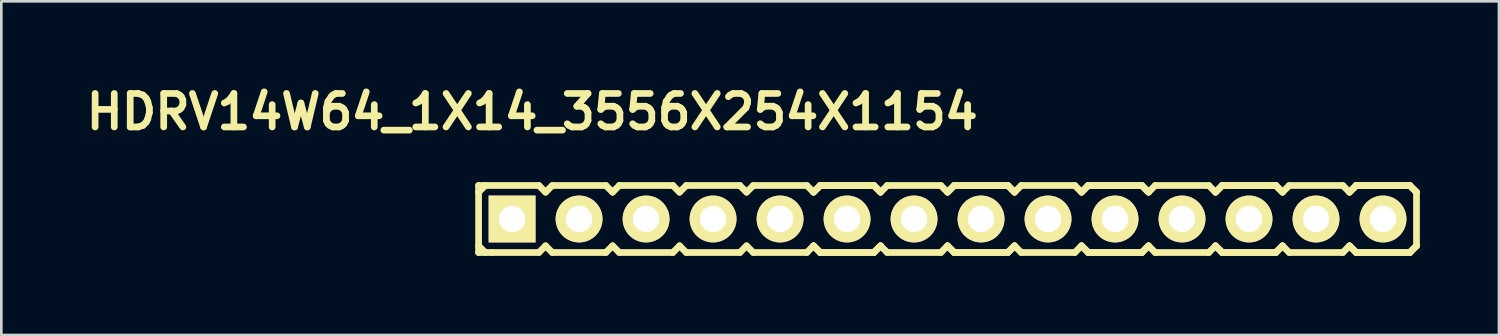
<source format=kicad_pcb>
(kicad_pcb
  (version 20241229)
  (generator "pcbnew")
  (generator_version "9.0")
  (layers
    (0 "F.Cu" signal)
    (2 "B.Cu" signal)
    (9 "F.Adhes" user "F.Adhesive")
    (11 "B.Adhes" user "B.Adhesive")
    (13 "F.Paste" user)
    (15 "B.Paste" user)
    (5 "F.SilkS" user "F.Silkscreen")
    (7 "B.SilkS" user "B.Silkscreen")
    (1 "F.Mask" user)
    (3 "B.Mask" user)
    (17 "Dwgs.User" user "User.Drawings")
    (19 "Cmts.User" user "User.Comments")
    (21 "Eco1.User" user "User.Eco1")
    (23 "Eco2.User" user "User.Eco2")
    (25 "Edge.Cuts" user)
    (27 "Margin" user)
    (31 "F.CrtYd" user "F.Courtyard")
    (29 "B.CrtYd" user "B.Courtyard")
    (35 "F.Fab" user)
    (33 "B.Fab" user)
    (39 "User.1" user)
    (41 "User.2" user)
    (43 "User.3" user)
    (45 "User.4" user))
  (footprint "HDRV14W64_1X14_3556X254X1154"
    (layer "F.Cu")
    (at 32.875 5.253)
    (property "Reference" "HDRV14W64_1X14_3556X254X1154" (at -15.748 -4.064 0) (layer "F.SilkS") (effects (font (size 1.27 1.27) (thickness 0.254))))
    (attr smd)
    (fp_line (start -17.78 -1.27) (end -17.78 1.27) (stroke (width 0.254) (type solid)) (layer "F.SilkS"))
    (fp_line (start -17.78 -1.27) (end -17.526 -1.27) (stroke (width 0.254) (type solid)) (layer "F.SilkS"))
    (fp_line (start -17.78 -1.016) (end -17.526 -1.27) (stroke (width 0.254) (type solid)) (layer "F.SilkS"))
    (fp_line (start -17.526 -1.27) (end -15.494 -1.27) (stroke (width 0.254) (type solid)) (layer "F.SilkS"))
    (fp_line (start -17.526 1.27) (end -17.78 1.016) (stroke (width 0.254) (type solid)) (layer "F.SilkS"))
    (fp_line (start -17.272 1.27) (end -17.78 1.27) (stroke (width 0.254) (type solid)) (layer "F.SilkS"))
    (fp_line (start -15.494 -1.27) (end -15.24 -1.016) (stroke (width 0.254) (type solid)) (layer "F.SilkS"))
    (fp_line (start -15.494 1.27) (end -17.272 1.27) (stroke (width 0.254) (type solid)) (layer "F.SilkS"))
    (fp_line (start -15.24 -1.016) (end -14.986 -1.27) (stroke (width 0.254) (type solid)) (layer "F.SilkS"))
    (fp_line (start -15.24 1.016) (end -15.494 1.27) (stroke (width 0.254) (type solid)) (layer "F.SilkS"))
    (fp_line (start -14.986 -1.27) (end -12.954 -1.27) (stroke (width 0.254) (type solid)) (layer "F.SilkS"))
    (fp_line (start -14.986 1.27) (end -15.24 1.016) (stroke (width 0.254) (type solid)) (layer "F.SilkS"))
    (fp_line (start -12.954 -1.27) (end -12.7 -1.016) (stroke (width 0.254) (type solid)) (layer "F.SilkS"))
    (fp_line (start -12.954 1.27) (end -14.986 1.27) (stroke (width 0.254) (type solid)) (layer "F.SilkS"))
    (fp_line (start -12.954 1.27) (end -12.7 1.016) (stroke (width 0.254) (type solid)) (layer "F.SilkS"))
    (fp_line (start -12.7 -1.016) (end -12.446 -1.27) (stroke (width 0.254) (type solid)) (layer "F.SilkS"))
    (fp_line (start -12.7 1.016) (end -12.446 1.27) (stroke (width 0.254) (type solid)) (layer "F.SilkS"))
    (fp_line (start -12.446 -1.27) (end -10.414 -1.27) (stroke (width 0.254) (type solid)) (layer "F.SilkS"))
    (fp_line (start -10.414 -1.27) (end -10.16 -1.016) (stroke (width 0.254) (type solid)) (layer "F.SilkS"))
    (fp_line (start -10.414 1.27) (end -12.446 1.27) (stroke (width 0.254) (type solid)) (layer "F.SilkS"))
    (fp_line (start -10.16 -1.016) (end -9.906 -1.27) (stroke (width 0.254) (type solid)) (layer "F.SilkS"))
    (fp_line (start -10.16 1.016) (end -10.414 1.27) (stroke (width 0.254) (type solid)) (layer "F.SilkS"))
    (fp_line (start -9.906 -1.27) (end -7.874 -1.27) (stroke (width 0.254) (type solid)) (layer "F.SilkS"))
    (fp_line (start -9.906 1.27) (end -10.16 1.016) (stroke (width 0.254) (type solid)) (layer "F.SilkS"))
    (fp_line (start -7.874 -1.27) (end -7.62 -1.016) (stroke (width 0.254) (type solid)) (layer "F.SilkS"))
    (fp_line (start -7.874 1.27) (end -9.906 1.27) (stroke (width 0.254) (type solid)) (layer "F.SilkS"))
    (fp_line (start -7.62 -1.016) (end -7.366 -1.27) (stroke (width 0.254) (type solid)) (layer "F.SilkS"))
    (fp_line (start -7.62 1.016) (end -7.874 1.27) (stroke (width 0.254) (type solid)) (layer "F.SilkS"))
    (fp_line (start -7.366 -1.27) (end -5.334 -1.27) (stroke (width 0.254) (type solid)) (layer "F.SilkS"))
    (fp_line (start -7.366 1.27) (end -7.62 1.016) (stroke (width 0.254) (type solid)) (layer "F.SilkS"))
    (fp_line (start -5.334 -1.27) (end -5.08 -1.016) (stroke (width 0.254) (type solid)) (layer "F.SilkS"))
    (fp_line (start -5.334 1.27) (end -7.366 1.27) (stroke (width 0.254) (type solid)) (layer "F.SilkS"))
    (fp_line (start -5.08 -1.016) (end -4.826 -1.27) (stroke (width 0.254) (type solid)) (layer "F.SilkS"))
    (fp_line (start -5.08 -1.016) (end -4.826 -1.27) (stroke (width 0.254) (type solid)) (layer "F.SilkS"))
    (fp_line (start -5.08 1.016) (end -5.334 1.27) (stroke (width 0.254) (type solid)) (layer "F.SilkS"))
    (fp_line (start -4.826 -1.27) (end -2.794 -1.27) (stroke (width 0.254) (type solid)) (layer "F.SilkS"))
    (fp_line (start -4.826 -1.27) (end -2.794 -1.27) (stroke (width 0.254) (type solid)) (layer "F.SilkS"))
    (fp_line (start -4.826 1.27) (end -5.08 1.016) (stroke (width 0.254) (type solid)) (layer "F.SilkS"))
    (fp_line (start -4.826 1.27) (end -5.08 1.016) (stroke (width 0.254) (type solid)) (layer "F.SilkS"))
    (fp_line (start -2.794 -1.27) (end -2.54 -1.016) (stroke (width 0.254) (type solid)) (layer "F.SilkS"))
    (fp_line (start -2.794 -1.27) (end -2.54 -1.016) (stroke (width 0.254) (type solid)) (layer "F.SilkS"))
    (fp_line (start -2.794 1.27) (end -4.826 1.27) (stroke (width 0.254) (type solid)) (layer "F.SilkS"))
    (fp_line (start -2.794 1.27) (end -4.826 1.27) (stroke (width 0.254) (type solid)) (layer "F.SilkS"))
    (fp_line (start -2.54 -1.016) (end -2.286 -1.27) (stroke (width 0.254) (type solid)) (layer "F.SilkS"))
    (fp_line (start -2.54 1.016) (end -2.794 1.27) (stroke (width 0.254) (type solid)) (layer "F.SilkS"))
    (fp_line (start -2.54 1.016) (end -2.794 1.27) (stroke (width 0.254) (type solid)) (layer "F.SilkS"))
    (fp_line (start -2.286 -1.27) (end -0.254 -1.27) (stroke (width 0.254) (type solid)) (layer "F.SilkS"))
    (fp_line (start -2.286 1.27) (end -2.54 1.016) (stroke (width 0.254) (type solid)) (layer "F.SilkS"))
    (fp_line (start -0.254 -1.27) (end 0 -1.016) (stroke (width 0.254) (type solid)) (layer "F.SilkS"))
    (fp_line (start -0.254 1.27) (end -2.286 1.27) (stroke (width 0.254) (type solid)) (layer "F.SilkS"))
    (fp_line (start 0 -1.016) (end 0.254 -1.27) (stroke (width 0.254) (type solid)) (layer "F.SilkS"))
    (fp_line (start 0 -1.016) (end 0.254 -1.27) (stroke (width 0.254) (type solid)) (layer "F.SilkS"))
    (fp_line (start 0 1.016) (end -0.254 1.27) (stroke (width 0.254) (type solid)) (layer "F.SilkS"))
    (fp_line (start 0.254 -1.27) (end 2.286 -1.27) (stroke (width 0.254) (type solid)) (layer "F.SilkS"))
    (fp_line (start 0.254 -1.27) (end 2.286 -1.27) (stroke (width 0.254) (type solid)) (layer "F.SilkS"))
    (fp_line (start 0.254 1.27) (end 0 1.016) (stroke (width 0.254) (type solid)) (layer "F.SilkS"))
    (fp_line (start 0.254 1.27) (end 0 1.016) (stroke (width 0.254) (type solid)) (layer "F.SilkS"))
    (fp_line (start 2.286 -1.27) (end 2.54 -1.016) (stroke (width 0.254) (type solid)) (layer "F.SilkS"))
    (fp_line (start 2.286 -1.27) (end 2.54 -1.016) (stroke (width 0.254) (type solid)) (layer "F.SilkS"))
    (fp_line (start 2.286 1.27) (end 0.254 1.27) (stroke (width 0.254) (type solid)) (layer "F.SilkS"))
    (fp_line (start 2.286 1.27) (end 0.254 1.27) (stroke (width 0.254) (type solid)) (layer "F.SilkS"))
    (fp_line (start 2.54 -1.016) (end 2.794 -1.27) (stroke (width 0.254) (type solid)) (layer "F.SilkS"))
    (fp_line (start 2.54 1.016) (end 2.286 1.27) (stroke (width 0.254) (type solid)) (layer "F.SilkS"))
    (fp_line (start 2.54 1.016) (end 2.286 1.27) (stroke (width 0.254) (type solid)) (layer "F.SilkS"))
    (fp_line (start 2.794 -1.27) (end 4.826 -1.27) (stroke (width 0.254) (type solid)) (layer "F.SilkS"))
    (fp_line (start 2.794 1.27) (end 2.54 1.016) (stroke (width 0.254) (type solid)) (layer "F.SilkS"))
    (fp_line (start 4.826 -1.27) (end 5.08 -1.016) (stroke (width 0.254) (type solid)) (layer "F.SilkS"))
    (fp_line (start 4.826 1.27) (end 2.794 1.27) (stroke (width 0.254) (type solid)) (layer "F.SilkS"))
    (fp_line (start 5.08 -1.016) (end 5.334 -1.27) (stroke (width 0.254) (type solid)) (layer "F.SilkS"))
    (fp_line (start 5.08 -1.016) (end 5.334 -1.27) (stroke (width 0.254) (type solid)) (layer "F.SilkS"))
    (fp_line (start 5.08 1.016) (end 4.826 1.27) (stroke (width 0.254) (type solid)) (layer "F.SilkS"))
    (fp_line (start 5.334 -1.27) (end 7.366 -1.27) (stroke (width 0.254) (type solid)) (layer "F.SilkS"))
    (fp_line (start 5.334 -1.27) (end 7.366 -1.27) (stroke (width 0.254) (type solid)) (layer "F.SilkS"))
    (fp_line (start 5.334 1.27) (end 5.08 1.016) (stroke (width 0.254) (type solid)) (layer "F.SilkS"))
    (fp_line (start 5.334 1.27) (end 5.08 1.016) (stroke (width 0.254) (type solid)) (layer "F.SilkS"))
    (fp_line (start 7.366 -1.27) (end 7.62 -1.016) (stroke (width 0.254) (type solid)) (layer "F.SilkS"))
    (fp_line (start 7.366 -1.27) (end 7.62 -1.016) (stroke (width 0.254) (type solid)) (layer "F.SilkS"))
    (fp_line (start 7.366 1.27) (end 5.334 1.27) (stroke (width 0.254) (type solid)) (layer "F.SilkS"))
    (fp_line (start 7.366 1.27) (end 5.334 1.27) (stroke (width 0.254) (type solid)) (layer "F.SilkS"))
    (fp_line (start 7.62 -1.016) (end 7.874 -1.27) (stroke (width 0.254) (type solid)) (layer "F.SilkS"))
    (fp_line (start 7.62 1.016) (end 7.366 1.27) (stroke (width 0.254) (type solid)) (layer "F.SilkS"))
    (fp_line (start 7.62 1.016) (end 7.366 1.27) (stroke (width 0.254) (type solid)) (layer "F.SilkS"))
    (fp_line (start 7.874 -1.27) (end 9.906 -1.27) (stroke (width 0.254) (type solid)) (layer "F.SilkS"))
    (fp_line (start 7.874 1.27) (end 7.62 1.016) (stroke (width 0.254) (type solid)) (layer "F.SilkS"))
    (fp_line (start 9.906 -1.27) (end 10.16 -1.016) (stroke (width 0.254) (type solid)) (layer "F.SilkS"))
    (fp_line (start 9.906 1.27) (end 7.874 1.27) (stroke (width 0.254) (type solid)) (layer "F.SilkS"))
    (fp_line (start 10.16 -1.016) (end 10.414 -1.27) (stroke (width 0.254) (type solid)) (layer "F.SilkS"))
    (fp_line (start 10.16 -1.016) (end 10.414 -1.27) (stroke (width 0.254) (type solid)) (layer "F.SilkS"))
    (fp_line (start 10.16 1.016) (end 9.906 1.27) (stroke (width 0.254) (type solid)) (layer "F.SilkS"))
    (fp_line (start 10.414 -1.27) (end 12.446 -1.27) (stroke (width 0.254) (type solid)) (layer "F.SilkS"))
    (fp_line (start 10.414 -1.27) (end 12.446 -1.27) (stroke (width 0.254) (type solid)) (layer "F.SilkS"))
    (fp_line (start 10.414 1.27) (end 10.16 1.016) (stroke (width 0.254) (type solid)) (layer "F.SilkS"))
    (fp_line (start 10.414 1.27) (end 10.16 1.016) (stroke (width 0.254) (type solid)) (layer "F.SilkS"))
    (fp_line (start 12.446 -1.27) (end 12.7 -1.016) (stroke (width 0.254) (type solid)) (layer "F.SilkS"))
    (fp_line (start 12.446 -1.27) (end 12.7 -1.016) (stroke (width 0.254) (type solid)) (layer "F.SilkS"))
    (fp_line (start 12.446 1.27) (end 10.414 1.27) (stroke (width 0.254) (type solid)) (layer "F.SilkS"))
    (fp_line (start 12.446 1.27) (end 10.414 1.27) (stroke (width 0.254) (type solid)) (layer "F.SilkS"))
    (fp_line (start 12.7 -1.016) (end 12.954 -1.27) (stroke (width 0.254) (type solid)) (layer "F.SilkS"))
    (fp_line (start 12.7 1.016) (end 12.446 1.27) (stroke (width 0.254) (type solid)) (layer "F.SilkS"))
    (fp_line (start 12.7 1.016) (end 12.446 1.27) (stroke (width 0.254) (type solid)) (layer "F.SilkS"))
    (fp_line (start 12.954 -1.27) (end 14.986 -1.27) (stroke (width 0.254) (type solid)) (layer "F.SilkS"))
    (fp_line (start 12.954 1.27) (end 12.7 1.016) (stroke (width 0.254) (type solid)) (layer "F.SilkS"))
    (fp_line (start 14.986 -1.27) (end 15.24 -1.016) (stroke (width 0.254) (type solid)) (layer "F.SilkS"))
    (fp_line (start 14.986 1.27) (end 12.954 1.27) (stroke (width 0.254) (type solid)) (layer "F.SilkS"))
    (fp_line (start 15.24 -1.016) (end 15.494 -1.27) (stroke (width 0.254) (type solid)) (layer "F.SilkS"))
    (fp_line (start 15.24 -1.016) (end 15.494 -1.27) (stroke (width 0.254) (type solid)) (layer "F.SilkS"))
    (fp_line (start 15.24 1.016) (end 14.986 1.27) (stroke (width 0.254) (type solid)) (layer "F.SilkS"))
    (fp_line (start 15.494 -1.27) (end 17.526 -1.27) (stroke (width 0.254) (type solid)) (layer "F.SilkS"))
    (fp_line (start 15.494 -1.27) (end 17.526 -1.27) (stroke (width 0.254) (type solid)) (layer "F.SilkS"))
    (fp_line (start 15.494 1.27) (end 15.24 1.016) (stroke (width 0.254) (type solid)) (layer "F.SilkS"))
    (fp_line (start 15.494 1.27) (end 15.24 1.016) (stroke (width 0.254) (type solid)) (layer "F.SilkS"))
    (fp_line (start 17.526 -1.27) (end 17.78 -1.016) (stroke (width 0.254) (type solid)) (layer "F.SilkS"))
    (fp_line (start 17.526 -1.27) (end 17.78 -1.016) (stroke (width 0.254) (type solid)) (layer "F.SilkS"))
    (fp_line (start 17.526 1.27) (end 15.494 1.27) (stroke (width 0.254) (type solid)) (layer "F.SilkS"))
    (fp_line (start 17.526 1.27) (end 15.494 1.27) (stroke (width 0.254) (type solid)) (layer "F.SilkS"))
    (fp_line (start 17.78 -1.016) (end 17.78 1.016) (stroke (width 0.254) (type solid)) (layer "F.SilkS"))
    (fp_line (start 17.78 1.016) (end 17.526 1.27) (stroke (width 0.254) (type solid)) (layer "F.SilkS"))
    (fp_line (start 17.78 1.016) (end 17.526 1.27) (stroke (width 0.254) (type solid)) (layer "F.SilkS"))
    (pad "1" thru_hole rect (at -16.51 0) (size 1.778 1.778) (drill 1) (layers "*.Cu" "*.Mask" "F.SilkS" "B.Adhes"))
    (pad "2" thru_hole circle (at -13.97 0) (size 1.778 1.778) (drill 1) (layers "*.Cu" "*.Mask" "F.SilkS" "B.Adhes"))
    (pad "3" thru_hole circle (at -11.43 0) (size 1.778 1.778) (drill 1) (layers "*.Cu" "*.Mask" "F.SilkS" "B.Adhes"))
    (pad "4" thru_hole circle (at -8.89 0) (size 1.778 1.778) (drill 1) (layers "*.Cu" "*.Mask" "F.SilkS" "B.Adhes"))
    (pad "5" thru_hole circle (at -6.35 0) (size 1.778 1.778) (drill 1) (layers "*.Cu" "*.Mask" "F.SilkS" "B.Adhes"))
    (pad "6" thru_hole circle (at -3.81 0) (size 1.778 1.778) (drill 1) (layers "*.Cu" "*.Mask" "F.SilkS" "B.Adhes"))
    (pad "7" thru_hole circle (at -1.27 0) (size 1.778 1.778) (drill 1) (layers "*.Cu" "*.Mask" "F.SilkS" "B.Adhes"))
    (pad "8" thru_hole circle (at 1.27 0) (size 1.778 1.778) (drill 1) (layers "*.Cu" "*.Mask" "F.SilkS" "B.Adhes"))
    (pad "9" thru_hole circle (at 3.81 0) (size 1.778 1.778) (drill 1) (layers "*.Cu" "*.Mask" "F.SilkS" "B.Adhes"))
    (pad "10" thru_hole circle (at 6.35 0) (size 1.778 1.778) (drill 1) (layers "*.Cu" "*.Mask" "F.SilkS" "B.Adhes"))
    (pad "11" thru_hole circle (at 8.89 0) (size 1.778 1.778) (drill 1) (layers "*.Cu" "*.Mask" "F.SilkS" "B.Adhes"))
    (pad "12" thru_hole circle (at 11.43 0) (size 1.778 1.778) (drill 1) (layers "*.Cu" "*.Mask" "F.SilkS" "B.Adhes"))
    (pad "13" thru_hole circle (at 13.97 0) (size 1.778 1.778) (drill 1) (layers "*.Cu" "*.Mask" "F.SilkS" "B.Adhes"))
    (pad "14" thru_hole circle (at 16.51 0) (size 1.778 1.778) (drill 1) (layers "*.Cu" "*.Mask" "F.SilkS" "B.Adhes")))
  (gr_rect
    (start -3 -3)
    (end 53.782 9.65)
    (stroke (width 0.1) (type default))
    (fill no)
    (layer "Edge.Cuts")))
</source>
